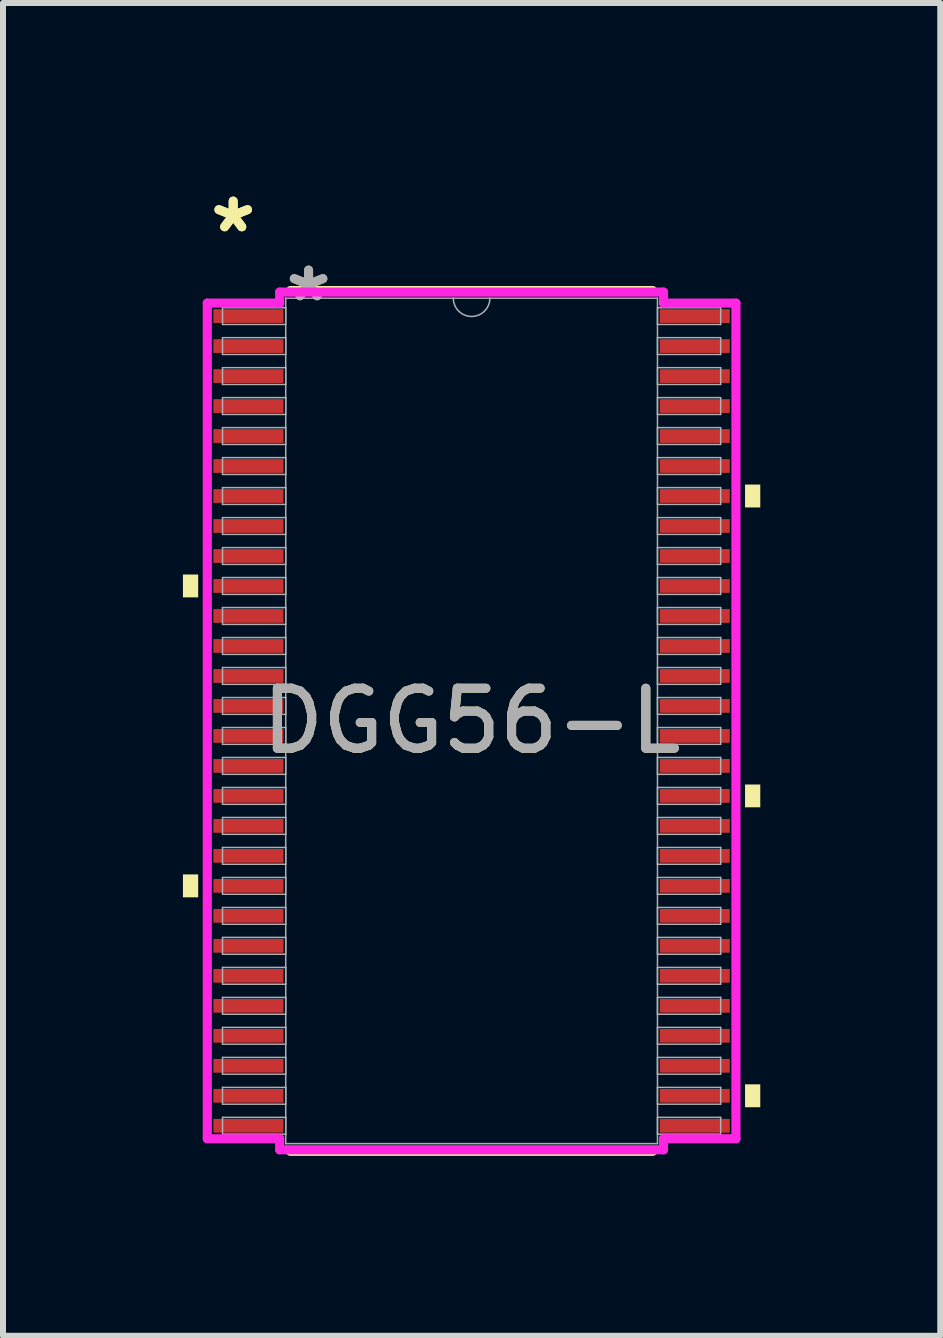
<source format=kicad_pcb>
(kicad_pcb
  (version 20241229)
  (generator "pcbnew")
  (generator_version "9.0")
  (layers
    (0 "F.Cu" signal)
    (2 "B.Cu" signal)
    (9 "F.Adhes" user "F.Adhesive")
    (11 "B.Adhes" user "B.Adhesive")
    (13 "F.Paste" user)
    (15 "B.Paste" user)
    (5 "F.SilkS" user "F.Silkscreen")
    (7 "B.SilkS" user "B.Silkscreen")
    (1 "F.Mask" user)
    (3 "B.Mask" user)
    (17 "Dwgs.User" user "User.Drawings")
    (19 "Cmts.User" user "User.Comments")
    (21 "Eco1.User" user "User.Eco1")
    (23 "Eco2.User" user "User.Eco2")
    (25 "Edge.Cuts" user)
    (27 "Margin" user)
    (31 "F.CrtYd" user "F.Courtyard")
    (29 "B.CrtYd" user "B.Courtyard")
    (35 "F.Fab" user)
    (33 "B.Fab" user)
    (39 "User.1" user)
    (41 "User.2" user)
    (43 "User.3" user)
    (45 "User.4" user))
  (footprint "DGG56-L"
    (layer "F.Cu")
    (at 4.813 8.97)
    (property "Reference" "DGG56-L" (at 0 0 0) (unlocked yes) (layer "F.SilkS") (effects (font (size 1 1) (thickness 0.15))))
    (attr smd)
    (fp_line (start -3.019 7.176) (end 3.019 7.176) (stroke (width 0.152) (type solid)) (layer "F.SilkS"))
    (fp_line (start 3.019 -7.176) (end -3.019 -7.176) (stroke (width 0.152) (type solid)) (layer "F.SilkS"))
    (fp_poly (pts (xy -4.813 -2.441) (xy -4.813 -2.06) (xy -4.559 -2.06) (xy -4.559 -2.441)) (stroke (width 0) (type solid)) (fill yes) (layer "F.SilkS"))
    (fp_poly (pts (xy -4.813 2.559) (xy -4.813 2.941) (xy -4.559 2.941) (xy -4.559 2.559)) (stroke (width 0) (type solid)) (fill yes) (layer "F.SilkS"))
    (fp_poly (pts (xy 4.813 -3.941) (xy 4.813 -3.559) (xy 4.559 -3.559) (xy 4.559 -3.941)) (stroke (width 0) (type solid)) (fill yes) (layer "F.SilkS"))
    (fp_poly (pts (xy 4.813 1.06) (xy 4.813 1.44) (xy 4.559 1.44) (xy 4.559 1.06)) (stroke (width 0) (type solid)) (fill yes) (layer "F.SilkS"))
    (fp_poly (pts (xy 4.813 6.059) (xy 4.813 6.441) (xy 4.559 6.441) (xy 4.559 6.059)) (stroke (width 0) (type solid)) (fill yes) (layer "F.SilkS"))
    (fp_line (start -4.407 -6.966) (end -3.2 -6.966) (stroke (width 0.152) (type solid)) (layer "F.CrtYd"))
    (fp_line (start -4.407 6.966) (end -4.407 -6.966) (stroke (width 0.152) (type solid)) (layer "F.CrtYd"))
    (fp_line (start -4.407 6.966) (end -3.2 6.966) (stroke (width 0.152) (type solid)) (layer "F.CrtYd"))
    (fp_line (start -3.2 -7.15) (end 3.2 -7.15) (stroke (width 0.152) (type solid)) (layer "F.CrtYd"))
    (fp_line (start -3.2 -6.966) (end -3.2 -7.15) (stroke (width 0.152) (type solid)) (layer "F.CrtYd"))
    (fp_line (start -3.2 7.15) (end -3.2 6.966) (stroke (width 0.152) (type solid)) (layer "F.CrtYd"))
    (fp_line (start 3.2 -7.15) (end 3.2 -6.966) (stroke (width 0.152) (type solid)) (layer "F.CrtYd"))
    (fp_line (start 3.2 6.966) (end 3.2 7.15) (stroke (width 0.152) (type solid)) (layer "F.CrtYd"))
    (fp_line (start 3.2 7.15) (end -3.2 7.15) (stroke (width 0.152) (type solid)) (layer "F.CrtYd"))
    (fp_line (start 4.407 -6.966) (end 3.2 -6.966) (stroke (width 0.152) (type solid)) (layer "F.CrtYd"))
    (fp_line (start 4.407 -6.966) (end 4.407 6.966) (stroke (width 0.152) (type solid)) (layer "F.CrtYd"))
    (fp_line (start 4.407 6.966) (end 3.2 6.966) (stroke (width 0.152) (type solid)) (layer "F.CrtYd"))
    (fp_line (start -4.153 -6.89) (end -4.153 -6.61) (stroke (width 0.025) (type solid)) (layer "F.Fab"))
    (fp_line (start -4.153 -6.61) (end -3.099 -6.61) (stroke (width 0.025) (type solid)) (layer "F.Fab"))
    (fp_line (start -4.153 -6.39) (end -4.153 -6.11) (stroke (width 0.025) (type solid)) (layer "F.Fab"))
    (fp_line (start -4.153 -6.11) (end -3.099 -6.11) (stroke (width 0.025) (type solid)) (layer "F.Fab"))
    (fp_line (start -4.153 -5.89) (end -4.153 -5.61) (stroke (width 0.025) (type solid)) (layer "F.Fab"))
    (fp_line (start -4.153 -5.61) (end -3.099 -5.61) (stroke (width 0.025) (type solid)) (layer "F.Fab"))
    (fp_line (start -4.153 -5.39) (end -4.153 -5.11) (stroke (width 0.025) (type solid)) (layer "F.Fab"))
    (fp_line (start -4.153 -5.11) (end -3.099 -5.11) (stroke (width 0.025) (type solid)) (layer "F.Fab"))
    (fp_line (start -4.153 -4.89) (end -4.153 -4.61) (stroke (width 0.025) (type solid)) (layer "F.Fab"))
    (fp_line (start -4.153 -4.61) (end -3.099 -4.61) (stroke (width 0.025) (type solid)) (layer "F.Fab"))
    (fp_line (start -4.153 -4.39) (end -4.153 -4.11) (stroke (width 0.025) (type solid)) (layer "F.Fab"))
    (fp_line (start -4.153 -4.11) (end -3.099 -4.11) (stroke (width 0.025) (type solid)) (layer "F.Fab"))
    (fp_line (start -4.153 -3.89) (end -4.153 -3.61) (stroke (width 0.025) (type solid)) (layer "F.Fab"))
    (fp_line (start -4.153 -3.61) (end -3.099 -3.61) (stroke (width 0.025) (type solid)) (layer "F.Fab"))
    (fp_line (start -4.153 -3.39) (end -4.153 -3.11) (stroke (width 0.025) (type solid)) (layer "F.Fab"))
    (fp_line (start -4.153 -3.11) (end -3.099 -3.11) (stroke (width 0.025) (type solid)) (layer "F.Fab"))
    (fp_line (start -4.153 -2.89) (end -4.153 -2.61) (stroke (width 0.025) (type solid)) (layer "F.Fab"))
    (fp_line (start -4.153 -2.61) (end -3.099 -2.61) (stroke (width 0.025) (type solid)) (layer "F.Fab"))
    (fp_line (start -4.153 -2.39) (end -4.153 -2.11) (stroke (width 0.025) (type solid)) (layer "F.Fab"))
    (fp_line (start -4.153 -2.11) (end -3.099 -2.11) (stroke (width 0.025) (type solid)) (layer "F.Fab"))
    (fp_line (start -4.153 -1.89) (end -4.153 -1.61) (stroke (width 0.025) (type solid)) (layer "F.Fab"))
    (fp_line (start -4.153 -1.61) (end -3.099 -1.61) (stroke (width 0.025) (type solid)) (layer "F.Fab"))
    (fp_line (start -4.153 -1.39) (end -4.153 -1.11) (stroke (width 0.025) (type solid)) (layer "F.Fab"))
    (fp_line (start -4.153 -1.11) (end -3.099 -1.11) (stroke (width 0.025) (type solid)) (layer "F.Fab"))
    (fp_line (start -4.153 -0.89) (end -4.153 -0.61) (stroke (width 0.025) (type solid)) (layer "F.Fab"))
    (fp_line (start -4.153 -0.61) (end -3.099 -0.61) (stroke (width 0.025) (type solid)) (layer "F.Fab"))
    (fp_line (start -4.153 -0.39) (end -4.153 -0.11) (stroke (width 0.025) (type solid)) (layer "F.Fab"))
    (fp_line (start -4.153 -0.11) (end -3.099 -0.11) (stroke (width 0.025) (type solid)) (layer "F.Fab"))
    (fp_line (start -4.153 0.11) (end -4.153 0.39) (stroke (width 0.025) (type solid)) (layer "F.Fab"))
    (fp_line (start -4.153 0.39) (end -3.099 0.39) (stroke (width 0.025) (type solid)) (layer "F.Fab"))
    (fp_line (start -4.153 0.61) (end -4.153 0.89) (stroke (width 0.025) (type solid)) (layer "F.Fab"))
    (fp_line (start -4.153 0.89) (end -3.099 0.89) (stroke (width 0.025) (type solid)) (layer "F.Fab"))
    (fp_line (start -4.153 1.11) (end -4.153 1.39) (stroke (width 0.025) (type solid)) (layer "F.Fab"))
    (fp_line (start -4.153 1.39) (end -3.099 1.39) (stroke (width 0.025) (type solid)) (layer "F.Fab"))
    (fp_line (start -4.153 1.61) (end -4.153 1.89) (stroke (width 0.025) (type solid)) (layer "F.Fab"))
    (fp_line (start -4.153 1.89) (end -3.099 1.89) (stroke (width 0.025) (type solid)) (layer "F.Fab"))
    (fp_line (start -4.153 2.11) (end -4.153 2.39) (stroke (width 0.025) (type solid)) (layer "F.Fab"))
    (fp_line (start -4.153 2.39) (end -3.099 2.39) (stroke (width 0.025) (type solid)) (layer "F.Fab"))
    (fp_line (start -4.153 2.61) (end -4.153 2.89) (stroke (width 0.025) (type solid)) (layer "F.Fab"))
    (fp_line (start -4.153 2.89) (end -3.099 2.89) (stroke (width 0.025) (type solid)) (layer "F.Fab"))
    (fp_line (start -4.153 3.11) (end -4.153 3.39) (stroke (width 0.025) (type solid)) (layer "F.Fab"))
    (fp_line (start -4.153 3.39) (end -3.099 3.39) (stroke (width 0.025) (type solid)) (layer "F.Fab"))
    (fp_line (start -4.153 3.61) (end -4.153 3.89) (stroke (width 0.025) (type solid)) (layer "F.Fab"))
    (fp_line (start -4.153 3.89) (end -3.099 3.89) (stroke (width 0.025) (type solid)) (layer "F.Fab"))
    (fp_line (start -4.153 4.11) (end -4.153 4.39) (stroke (width 0.025) (type solid)) (layer "F.Fab"))
    (fp_line (start -4.153 4.39) (end -3.099 4.39) (stroke (width 0.025) (type solid)) (layer "F.Fab"))
    (fp_line (start -4.153 4.61) (end -4.153 4.89) (stroke (width 0.025) (type solid)) (layer "F.Fab"))
    (fp_line (start -4.153 4.89) (end -3.099 4.89) (stroke (width 0.025) (type solid)) (layer "F.Fab"))
    (fp_line (start -4.153 5.11) (end -4.153 5.39) (stroke (width 0.025) (type solid)) (layer "F.Fab"))
    (fp_line (start -4.153 5.39) (end -3.099 5.39) (stroke (width 0.025) (type solid)) (layer "F.Fab"))
    (fp_line (start -4.153 5.61) (end -4.153 5.89) (stroke (width 0.025) (type solid)) (layer "F.Fab"))
    (fp_line (start -4.153 5.89) (end -3.099 5.89) (stroke (width 0.025) (type solid)) (layer "F.Fab"))
    (fp_line (start -4.153 6.11) (end -4.153 6.39) (stroke (width 0.025) (type solid)) (layer "F.Fab"))
    (fp_line (start -4.153 6.39) (end -3.099 6.39) (stroke (width 0.025) (type solid)) (layer "F.Fab"))
    (fp_line (start -4.153 6.61) (end -4.153 6.89) (stroke (width 0.025) (type solid)) (layer "F.Fab"))
    (fp_line (start -4.153 6.89) (end -3.099 6.89) (stroke (width 0.025) (type solid)) (layer "F.Fab"))
    (fp_line (start -3.099 -7.048) (end -3.099 7.048) (stroke (width 0.025) (type solid)) (layer "F.Fab"))
    (fp_line (start -3.099 -6.89) (end -4.153 -6.89) (stroke (width 0.025) (type solid)) (layer "F.Fab"))
    (fp_line (start -3.099 -6.61) (end -3.099 -6.89) (stroke (width 0.025) (type solid)) (layer "F.Fab"))
    (fp_line (start -3.099 -6.39) (end -4.153 -6.39) (stroke (width 0.025) (type solid)) (layer "F.Fab"))
    (fp_line (start -3.099 -6.11) (end -3.099 -6.39) (stroke (width 0.025) (type solid)) (layer "F.Fab"))
    (fp_line (start -3.099 -5.89) (end -4.153 -5.89) (stroke (width 0.025) (type solid)) (layer "F.Fab"))
    (fp_line (start -3.099 -5.61) (end -3.099 -5.89) (stroke (width 0.025) (type solid)) (layer "F.Fab"))
    (fp_line (start -3.099 -5.39) (end -4.153 -5.39) (stroke (width 0.025) (type solid)) (layer "F.Fab"))
    (fp_line (start -3.099 -5.11) (end -3.099 -5.39) (stroke (width 0.025) (type solid)) (layer "F.Fab"))
    (fp_line (start -3.099 -4.89) (end -4.153 -4.89) (stroke (width 0.025) (type solid)) (layer "F.Fab"))
    (fp_line (start -3.099 -4.61) (end -3.099 -4.89) (stroke (width 0.025) (type solid)) (layer "F.Fab"))
    (fp_line (start -3.099 -4.39) (end -4.153 -4.39) (stroke (width 0.025) (type solid)) (layer "F.Fab"))
    (fp_line (start -3.099 -4.11) (end -3.099 -4.39) (stroke (width 0.025) (type solid)) (layer "F.Fab"))
    (fp_line (start -3.099 -3.89) (end -4.153 -3.89) (stroke (width 0.025) (type solid)) (layer "F.Fab"))
    (fp_line (start -3.099 -3.61) (end -3.099 -3.89) (stroke (width 0.025) (type solid)) (layer "F.Fab"))
    (fp_line (start -3.099 -3.39) (end -4.153 -3.39) (stroke (width 0.025) (type solid)) (layer "F.Fab"))
    (fp_line (start -3.099 -3.11) (end -3.099 -3.39) (stroke (width 0.025) (type solid)) (layer "F.Fab"))
    (fp_line (start -3.099 -2.89) (end -4.153 -2.89) (stroke (width 0.025) (type solid)) (layer "F.Fab"))
    (fp_line (start -3.099 -2.61) (end -3.099 -2.89) (stroke (width 0.025) (type solid)) (layer "F.Fab"))
    (fp_line (start -3.099 -2.39) (end -4.153 -2.39) (stroke (width 0.025) (type solid)) (layer "F.Fab"))
    (fp_line (start -3.099 -2.11) (end -3.099 -2.39) (stroke (width 0.025) (type solid)) (layer "F.Fab"))
    (fp_line (start -3.099 -1.89) (end -4.153 -1.89) (stroke (width 0.025) (type solid)) (layer "F.Fab"))
    (fp_line (start -3.099 -1.61) (end -3.099 -1.89) (stroke (width 0.025) (type solid)) (layer "F.Fab"))
    (fp_line (start -3.099 -1.39) (end -4.153 -1.39) (stroke (width 0.025) (type solid)) (layer "F.Fab"))
    (fp_line (start -3.099 -1.11) (end -3.099 -1.39) (stroke (width 0.025) (type solid)) (layer "F.Fab"))
    (fp_line (start -3.099 -0.89) (end -4.153 -0.89) (stroke (width 0.025) (type solid)) (layer "F.Fab"))
    (fp_line (start -3.099 -0.61) (end -3.099 -0.89) (stroke (width 0.025) (type solid)) (layer "F.Fab"))
    (fp_line (start -3.099 -0.39) (end -4.153 -0.39) (stroke (width 0.025) (type solid)) (layer "F.Fab"))
    (fp_line (start -3.099 -0.11) (end -3.099 -0.39) (stroke (width 0.025) (type solid)) (layer "F.Fab"))
    (fp_line (start -3.099 0.11) (end -4.153 0.11) (stroke (width 0.025) (type solid)) (layer "F.Fab"))
    (fp_line (start -3.099 0.39) (end -3.099 0.11) (stroke (width 0.025) (type solid)) (layer "F.Fab"))
    (fp_line (start -3.099 0.61) (end -4.153 0.61) (stroke (width 0.025) (type solid)) (layer "F.Fab"))
    (fp_line (start -3.099 0.89) (end -3.099 0.61) (stroke (width 0.025) (type solid)) (layer "F.Fab"))
    (fp_line (start -3.099 1.11) (end -4.153 1.11) (stroke (width 0.025) (type solid)) (layer "F.Fab"))
    (fp_line (start -3.099 1.39) (end -3.099 1.11) (stroke (width 0.025) (type solid)) (layer "F.Fab"))
    (fp_line (start -3.099 1.61) (end -4.153 1.61) (stroke (width 0.025) (type solid)) (layer "F.Fab"))
    (fp_line (start -3.099 1.89) (end -3.099 1.61) (stroke (width 0.025) (type solid)) (layer "F.Fab"))
    (fp_line (start -3.099 2.11) (end -4.153 2.11) (stroke (width 0.025) (type solid)) (layer "F.Fab"))
    (fp_line (start -3.099 2.39) (end -3.099 2.11) (stroke (width 0.025) (type solid)) (layer "F.Fab"))
    (fp_line (start -3.099 2.61) (end -4.153 2.61) (stroke (width 0.025) (type solid)) (layer "F.Fab"))
    (fp_line (start -3.099 2.89) (end -3.099 2.61) (stroke (width 0.025) (type solid)) (layer "F.Fab"))
    (fp_line (start -3.099 3.11) (end -4.153 3.11) (stroke (width 0.025) (type solid)) (layer "F.Fab"))
    (fp_line (start -3.099 3.39) (end -3.099 3.11) (stroke (width 0.025) (type solid)) (layer "F.Fab"))
    (fp_line (start -3.099 3.61) (end -4.153 3.61) (stroke (width 0.025) (type solid)) (layer "F.Fab"))
    (fp_line (start -3.099 3.89) (end -3.099 3.61) (stroke (width 0.025) (type solid)) (layer "F.Fab"))
    (fp_line (start -3.099 4.11) (end -4.153 4.11) (stroke (width 0.025) (type solid)) (layer "F.Fab"))
    (fp_line (start -3.099 4.39) (end -3.099 4.11) (stroke (width 0.025) (type solid)) (layer "F.Fab"))
    (fp_line (start -3.099 4.61) (end -4.153 4.61) (stroke (width 0.025) (type solid)) (layer "F.Fab"))
    (fp_line (start -3.099 4.89) (end -3.099 4.61) (stroke (width 0.025) (type solid)) (layer "F.Fab"))
    (fp_line (start -3.099 5.11) (end -4.153 5.11) (stroke (width 0.025) (type solid)) (layer "F.Fab"))
    (fp_line (start -3.099 5.39) (end -3.099 5.11) (stroke (width 0.025) (type solid)) (layer "F.Fab"))
    (fp_line (start -3.099 5.61) (end -4.153 5.61) (stroke (width 0.025) (type solid)) (layer "F.Fab"))
    (fp_line (start -3.099 5.89) (end -3.099 5.61) (stroke (width 0.025) (type solid)) (layer "F.Fab"))
    (fp_line (start -3.099 6.11) (end -4.153 6.11) (stroke (width 0.025) (type solid)) (layer "F.Fab"))
    (fp_line (start -3.099 6.39) (end -3.099 6.11) (stroke (width 0.025) (type solid)) (layer "F.Fab"))
    (fp_line (start -3.099 6.61) (end -4.153 6.61) (stroke (width 0.025) (type solid)) (layer "F.Fab"))
    (fp_line (start -3.099 6.89) (end -3.099 6.61) (stroke (width 0.025) (type solid)) (layer "F.Fab"))
    (fp_line (start -3.099 7.048) (end 3.099 7.048) (stroke (width 0.025) (type solid)) (layer "F.Fab"))
    (fp_line (start 3.099 -7.048) (end -3.099 -7.048) (stroke (width 0.025) (type solid)) (layer "F.Fab"))
    (fp_line (start 3.099 -6.89) (end 3.099 -6.61) (stroke (width 0.025) (type solid)) (layer "F.Fab"))
    (fp_line (start 3.099 -6.61) (end 4.153 -6.61) (stroke (width 0.025) (type solid)) (layer "F.Fab"))
    (fp_line (start 3.099 -6.39) (end 3.099 -6.11) (stroke (width 0.025) (type solid)) (layer "F.Fab"))
    (fp_line (start 3.099 -6.11) (end 4.153 -6.11) (stroke (width 0.025) (type solid)) (layer "F.Fab"))
    (fp_line (start 3.099 -5.89) (end 3.099 -5.61) (stroke (width 0.025) (type solid)) (layer "F.Fab"))
    (fp_line (start 3.099 -5.61) (end 4.153 -5.61) (stroke (width 0.025) (type solid)) (layer "F.Fab"))
    (fp_line (start 3.099 -5.39) (end 3.099 -5.11) (stroke (width 0.025) (type solid)) (layer "F.Fab"))
    (fp_line (start 3.099 -5.11) (end 4.153 -5.11) (stroke (width 0.025) (type solid)) (layer "F.Fab"))
    (fp_line (start 3.099 -4.89) (end 3.099 -4.61) (stroke (width 0.025) (type solid)) (layer "F.Fab"))
    (fp_line (start 3.099 -4.61) (end 4.153 -4.61) (stroke (width 0.025) (type solid)) (layer "F.Fab"))
    (fp_line (start 3.099 -4.39) (end 3.099 -4.11) (stroke (width 0.025) (type solid)) (layer "F.Fab"))
    (fp_line (start 3.099 -4.11) (end 4.153 -4.11) (stroke (width 0.025) (type solid)) (layer "F.Fab"))
    (fp_line (start 3.099 -3.89) (end 3.099 -3.61) (stroke (width 0.025) (type solid)) (layer "F.Fab"))
    (fp_line (start 3.099 -3.61) (end 4.153 -3.61) (stroke (width 0.025) (type solid)) (layer "F.Fab"))
    (fp_line (start 3.099 -3.39) (end 3.099 -3.11) (stroke (width 0.025) (type solid)) (layer "F.Fab"))
    (fp_line (start 3.099 -3.11) (end 4.153 -3.11) (stroke (width 0.025) (type solid)) (layer "F.Fab"))
    (fp_line (start 3.099 -2.89) (end 3.099 -2.61) (stroke (width 0.025) (type solid)) (layer "F.Fab"))
    (fp_line (start 3.099 -2.61) (end 4.153 -2.61) (stroke (width 0.025) (type solid)) (layer "F.Fab"))
    (fp_line (start 3.099 -2.39) (end 3.099 -2.11) (stroke (width 0.025) (type solid)) (layer "F.Fab"))
    (fp_line (start 3.099 -2.11) (end 4.153 -2.11) (stroke (width 0.025) (type solid)) (layer "F.Fab"))
    (fp_line (start 3.099 -1.89) (end 3.099 -1.61) (stroke (width 0.025) (type solid)) (layer "F.Fab"))
    (fp_line (start 3.099 -1.61) (end 4.153 -1.61) (stroke (width 0.025) (type solid)) (layer "F.Fab"))
    (fp_line (start 3.099 -1.39) (end 3.099 -1.11) (stroke (width 0.025) (type solid)) (layer "F.Fab"))
    (fp_line (start 3.099 -1.11) (end 4.153 -1.11) (stroke (width 0.025) (type solid)) (layer "F.Fab"))
    (fp_line (start 3.099 -0.89) (end 3.099 -0.61) (stroke (width 0.025) (type solid)) (layer "F.Fab"))
    (fp_line (start 3.099 -0.61) (end 4.153 -0.61) (stroke (width 0.025) (type solid)) (layer "F.Fab"))
    (fp_line (start 3.099 -0.39) (end 3.099 -0.11) (stroke (width 0.025) (type solid)) (layer "F.Fab"))
    (fp_line (start 3.099 -0.11) (end 4.153 -0.11) (stroke (width 0.025) (type solid)) (layer "F.Fab"))
    (fp_line (start 3.099 0.11) (end 3.099 0.39) (stroke (width 0.025) (type solid)) (layer "F.Fab"))
    (fp_line (start 3.099 0.39) (end 4.153 0.39) (stroke (width 0.025) (type solid)) (layer "F.Fab"))
    (fp_line (start 3.099 0.61) (end 3.099 0.89) (stroke (width 0.025) (type solid)) (layer "F.Fab"))
    (fp_line (start 3.099 0.89) (end 4.153 0.89) (stroke (width 0.025) (type solid)) (layer "F.Fab"))
    (fp_line (start 3.099 1.11) (end 3.099 1.39) (stroke (width 0.025) (type solid)) (layer "F.Fab"))
    (fp_line (start 3.099 1.39) (end 4.153 1.39) (stroke (width 0.025) (type solid)) (layer "F.Fab"))
    (fp_line (start 3.099 1.61) (end 3.099 1.89) (stroke (width 0.025) (type solid)) (layer "F.Fab"))
    (fp_line (start 3.099 1.89) (end 4.153 1.89) (stroke (width 0.025) (type solid)) (layer "F.Fab"))
    (fp_line (start 3.099 2.11) (end 3.099 2.39) (stroke (width 0.025) (type solid)) (layer "F.Fab"))
    (fp_line (start 3.099 2.39) (end 4.153 2.39) (stroke (width 0.025) (type solid)) (layer "F.Fab"))
    (fp_line (start 3.099 2.61) (end 3.099 2.89) (stroke (width 0.025) (type solid)) (layer "F.Fab"))
    (fp_line (start 3.099 2.89) (end 4.153 2.89) (stroke (width 0.025) (type solid)) (layer "F.Fab"))
    (fp_line (start 3.099 3.11) (end 3.099 3.39) (stroke (width 0.025) (type solid)) (layer "F.Fab"))
    (fp_line (start 3.099 3.39) (end 4.153 3.39) (stroke (width 0.025) (type solid)) (layer "F.Fab"))
    (fp_line (start 3.099 3.61) (end 3.099 3.89) (stroke (width 0.025) (type solid)) (layer "F.Fab"))
    (fp_line (start 3.099 3.89) (end 4.153 3.89) (stroke (width 0.025) (type solid)) (layer "F.Fab"))
    (fp_line (start 3.099 4.11) (end 3.099 4.39) (stroke (width 0.025) (type solid)) (layer "F.Fab"))
    (fp_line (start 3.099 4.39) (end 4.153 4.39) (stroke (width 0.025) (type solid)) (layer "F.Fab"))
    (fp_line (start 3.099 4.61) (end 3.099 4.89) (stroke (width 0.025) (type solid)) (layer "F.Fab"))
    (fp_line (start 3.099 4.89) (end 4.153 4.89) (stroke (width 0.025) (type solid)) (layer "F.Fab"))
    (fp_line (start 3.099 5.11) (end 3.099 5.39) (stroke (width 0.025) (type solid)) (layer "F.Fab"))
    (fp_line (start 3.099 5.39) (end 4.153 5.39) (stroke (width 0.025) (type solid)) (layer "F.Fab"))
    (fp_line (start 3.099 5.61) (end 3.099 5.89) (stroke (width 0.025) (type solid)) (layer "F.Fab"))
    (fp_line (start 3.099 5.89) (end 4.153 5.89) (stroke (width 0.025) (type solid)) (layer "F.Fab"))
    (fp_line (start 3.099 6.11) (end 3.099 6.39) (stroke (width 0.025) (type solid)) (layer "F.Fab"))
    (fp_line (start 3.099 6.39) (end 4.153 6.39) (stroke (width 0.025) (type solid)) (layer "F.Fab"))
    (fp_line (start 3.099 6.61) (end 3.099 6.89) (stroke (width 0.025) (type solid)) (layer "F.Fab"))
    (fp_line (start 3.099 6.89) (end 4.153 6.89) (stroke (width 0.025) (type solid)) (layer "F.Fab"))
    (fp_line (start 3.099 7.048) (end 3.099 -7.048) (stroke (width 0.025) (type solid)) (layer "F.Fab"))
    (fp_line (start 4.153 -6.89) (end 3.099 -6.89) (stroke (width 0.025) (type solid)) (layer "F.Fab"))
    (fp_line (start 4.153 -6.61) (end 4.153 -6.89) (stroke (width 0.025) (type solid)) (layer "F.Fab"))
    (fp_line (start 4.153 -6.39) (end 3.099 -6.39) (stroke (width 0.025) (type solid)) (layer "F.Fab"))
    (fp_line (start 4.153 -6.11) (end 4.153 -6.39) (stroke (width 0.025) (type solid)) (layer "F.Fab"))
    (fp_line (start 4.153 -5.89) (end 3.099 -5.89) (stroke (width 0.025) (type solid)) (layer "F.Fab"))
    (fp_line (start 4.153 -5.61) (end 4.153 -5.89) (stroke (width 0.025) (type solid)) (layer "F.Fab"))
    (fp_line (start 4.153 -5.39) (end 3.099 -5.39) (stroke (width 0.025) (type solid)) (layer "F.Fab"))
    (fp_line (start 4.153 -5.11) (end 4.153 -5.39) (stroke (width 0.025) (type solid)) (layer "F.Fab"))
    (fp_line (start 4.153 -4.89) (end 3.099 -4.89) (stroke (width 0.025) (type solid)) (layer "F.Fab"))
    (fp_line (start 4.153 -4.61) (end 4.153 -4.89) (stroke (width 0.025) (type solid)) (layer "F.Fab"))
    (fp_line (start 4.153 -4.39) (end 3.099 -4.39) (stroke (width 0.025) (type solid)) (layer "F.Fab"))
    (fp_line (start 4.153 -4.11) (end 4.153 -4.39) (stroke (width 0.025) (type solid)) (layer "F.Fab"))
    (fp_line (start 4.153 -3.89) (end 3.099 -3.89) (stroke (width 0.025) (type solid)) (layer "F.Fab"))
    (fp_line (start 4.153 -3.61) (end 4.153 -3.89) (stroke (width 0.025) (type solid)) (layer "F.Fab"))
    (fp_line (start 4.153 -3.39) (end 3.099 -3.39) (stroke (width 0.025) (type solid)) (layer "F.Fab"))
    (fp_line (start 4.153 -3.11) (end 4.153 -3.39) (stroke (width 0.025) (type solid)) (layer "F.Fab"))
    (fp_line (start 4.153 -2.89) (end 3.099 -2.89) (stroke (width 0.025) (type solid)) (layer "F.Fab"))
    (fp_line (start 4.153 -2.61) (end 4.153 -2.89) (stroke (width 0.025) (type solid)) (layer "F.Fab"))
    (fp_line (start 4.153 -2.39) (end 3.099 -2.39) (stroke (width 0.025) (type solid)) (layer "F.Fab"))
    (fp_line (start 4.153 -2.11) (end 4.153 -2.39) (stroke (width 0.025) (type solid)) (layer "F.Fab"))
    (fp_line (start 4.153 -1.89) (end 3.099 -1.89) (stroke (width 0.025) (type solid)) (layer "F.Fab"))
    (fp_line (start 4.153 -1.61) (end 4.153 -1.89) (stroke (width 0.025) (type solid)) (layer "F.Fab"))
    (fp_line (start 4.153 -1.39) (end 3.099 -1.39) (stroke (width 0.025) (type solid)) (layer "F.Fab"))
    (fp_line (start 4.153 -1.11) (end 4.153 -1.39) (stroke (width 0.025) (type solid)) (layer "F.Fab"))
    (fp_line (start 4.153 -0.89) (end 3.099 -0.89) (stroke (width 0.025) (type solid)) (layer "F.Fab"))
    (fp_line (start 4.153 -0.61) (end 4.153 -0.89) (stroke (width 0.025) (type solid)) (layer "F.Fab"))
    (fp_line (start 4.153 -0.39) (end 3.099 -0.39) (stroke (width 0.025) (type solid)) (layer "F.Fab"))
    (fp_line (start 4.153 -0.11) (end 4.153 -0.39) (stroke (width 0.025) (type solid)) (layer "F.Fab"))
    (fp_line (start 4.153 0.11) (end 3.099 0.11) (stroke (width 0.025) (type solid)) (layer "F.Fab"))
    (fp_line (start 4.153 0.39) (end 4.153 0.11) (stroke (width 0.025) (type solid)) (layer "F.Fab"))
    (fp_line (start 4.153 0.61) (end 3.099 0.61) (stroke (width 0.025) (type solid)) (layer "F.Fab"))
    (fp_line (start 4.153 0.89) (end 4.153 0.61) (stroke (width 0.025) (type solid)) (layer "F.Fab"))
    (fp_line (start 4.153 1.11) (end 3.099 1.11) (stroke (width 0.025) (type solid)) (layer "F.Fab"))
    (fp_line (start 4.153 1.39) (end 4.153 1.11) (stroke (width 0.025) (type solid)) (layer "F.Fab"))
    (fp_line (start 4.153 1.61) (end 3.099 1.61) (stroke (width 0.025) (type solid)) (layer "F.Fab"))
    (fp_line (start 4.153 1.89) (end 4.153 1.61) (stroke (width 0.025) (type solid)) (layer "F.Fab"))
    (fp_line (start 4.153 2.11) (end 3.099 2.11) (stroke (width 0.025) (type solid)) (layer "F.Fab"))
    (fp_line (start 4.153 2.39) (end 4.153 2.11) (stroke (width 0.025) (type solid)) (layer "F.Fab"))
    (fp_line (start 4.153 2.61) (end 3.099 2.61) (stroke (width 0.025) (type solid)) (layer "F.Fab"))
    (fp_line (start 4.153 2.89) (end 4.153 2.61) (stroke (width 0.025) (type solid)) (layer "F.Fab"))
    (fp_line (start 4.153 3.11) (end 3.099 3.11) (stroke (width 0.025) (type solid)) (layer "F.Fab"))
    (fp_line (start 4.153 3.39) (end 4.153 3.11) (stroke (width 0.025) (type solid)) (layer "F.Fab"))
    (fp_line (start 4.153 3.61) (end 3.099 3.61) (stroke (width 0.025) (type solid)) (layer "F.Fab"))
    (fp_line (start 4.153 3.89) (end 4.153 3.61) (stroke (width 0.025) (type solid)) (layer "F.Fab"))
    (fp_line (start 4.153 4.11) (end 3.099 4.11) (stroke (width 0.025) (type solid)) (layer "F.Fab"))
    (fp_line (start 4.153 4.39) (end 4.153 4.11) (stroke (width 0.025) (type solid)) (layer "F.Fab"))
    (fp_line (start 4.153 4.61) (end 3.099 4.61) (stroke (width 0.025) (type solid)) (layer "F.Fab"))
    (fp_line (start 4.153 4.89) (end 4.153 4.61) (stroke (width 0.025) (type solid)) (layer "F.Fab"))
    (fp_line (start 4.153 5.11) (end 3.099 5.11) (stroke (width 0.025) (type solid)) (layer "F.Fab"))
    (fp_line (start 4.153 5.39) (end 4.153 5.11) (stroke (width 0.025) (type solid)) (layer "F.Fab"))
    (fp_line (start 4.153 5.61) (end 3.099 5.61) (stroke (width 0.025) (type solid)) (layer "F.Fab"))
    (fp_line (start 4.153 5.89) (end 4.153 5.61) (stroke (width 0.025) (type solid)) (layer "F.Fab"))
    (fp_line (start 4.153 6.11) (end 3.099 6.11) (stroke (width 0.025) (type solid)) (layer "F.Fab"))
    (fp_line (start 4.153 6.39) (end 4.153 6.11) (stroke (width 0.025) (type solid)) (layer "F.Fab"))
    (fp_line (start 4.153 6.61) (end 3.099 6.61) (stroke (width 0.025) (type solid)) (layer "F.Fab"))
    (fp_line (start 4.153 6.89) (end 4.153 6.61) (stroke (width 0.025) (type solid)) (layer "F.Fab"))
    (fp_arc (start 0.3048 -7.0485) (mid 0 -6.7437) (end -0.3048 -7.0485) (stroke (width 0.0254) (type solid)) (layer "F.Fab"))
    (fp_text user "*" (at -3.975 -8.122 0) (unlocked yes) (layer "F.SilkS") (effects (font (size 1 1) (thickness 0.15))))
    (fp_text user "*" (at -3.975 -8.122 0) (layer "F.SilkS") (effects (font (size 1 1) (thickness 0.15))))
    (fp_text user "${REFERENCE}" (at 0 0 0) (unlocked yes) (layer "F.Fab") (effects (font (size 1 1) (thickness 0.15))))
    (fp_text user "*" (at -2.718 -6.972 0) (layer "F.Fab") (effects (font (size 1 1) (thickness 0.15))))
    (fp_text user "*" (at -2.718 -6.972 0) (unlocked yes) (layer "F.Fab") (effects (font (size 1 1) (thickness 0.15))))
    (pad "1" smd rect (at -3.721 -6.75) (size 1.168 0.229) (layers "F.Cu" "F.Mask" "F.Paste"))
    (pad "2" smd rect (at -3.721 -6.25) (size 1.168 0.229) (layers "F.Cu" "F.Mask" "F.Paste"))
    (pad "3" smd rect (at -3.721 -5.75) (size 1.168 0.229) (layers "F.Cu" "F.Mask" "F.Paste"))
    (pad "4" smd rect (at -3.721 -5.25) (size 1.168 0.229) (layers "F.Cu" "F.Mask" "F.Paste"))
    (pad "5" smd rect (at -3.721 -4.75) (size 1.168 0.229) (layers "F.Cu" "F.Mask" "F.Paste"))
    (pad "6" smd rect (at -3.721 -4.25) (size 1.168 0.229) (layers "F.Cu" "F.Mask" "F.Paste"))
    (pad "7" smd rect (at -3.721 -3.75) (size 1.168 0.229) (layers "F.Cu" "F.Mask" "F.Paste"))
    (pad "8" smd rect (at -3.721 -3.25) (size 1.168 0.229) (layers "F.Cu" "F.Mask" "F.Paste"))
    (pad "9" smd rect (at -3.721 -2.75) (size 1.168 0.229) (layers "F.Cu" "F.Mask" "F.Paste"))
    (pad "10" smd rect (at -3.721 -2.25) (size 1.168 0.229) (layers "F.Cu" "F.Mask" "F.Paste"))
    (pad "11" smd rect (at -3.721 -1.75) (size 1.168 0.229) (layers "F.Cu" "F.Mask" "F.Paste"))
    (pad "12" smd rect (at -3.721 -1.25) (size 1.168 0.229) (layers "F.Cu" "F.Mask" "F.Paste"))
    (pad "13" smd rect (at -3.721 -0.75) (size 1.168 0.229) (layers "F.Cu" "F.Mask" "F.Paste"))
    (pad "14" smd rect (at -3.721 -0.25) (size 1.168 0.229) (layers "F.Cu" "F.Mask" "F.Paste"))
    (pad "15" smd rect (at -3.721 0.25) (size 1.168 0.229) (layers "F.Cu" "F.Mask" "F.Paste"))
    (pad "16" smd rect (at -3.721 0.75) (size 1.168 0.229) (layers "F.Cu" "F.Mask" "F.Paste"))
    (pad "17" smd rect (at -3.721 1.25) (size 1.168 0.229) (layers "F.Cu" "F.Mask" "F.Paste"))
    (pad "18" smd rect (at -3.721 1.75) (size 1.168 0.229) (layers "F.Cu" "F.Mask" "F.Paste"))
    (pad "19" smd rect (at -3.721 2.25) (size 1.168 0.229) (layers "F.Cu" "F.Mask" "F.Paste"))
    (pad "20" smd rect (at -3.721 2.75) (size 1.168 0.229) (layers "F.Cu" "F.Mask" "F.Paste"))
    (pad "21" smd rect (at -3.721 3.25) (size 1.168 0.229) (layers "F.Cu" "F.Mask" "F.Paste"))
    (pad "22" smd rect (at -3.721 3.75) (size 1.168 0.229) (layers "F.Cu" "F.Mask" "F.Paste"))
    (pad "23" smd rect (at -3.721 4.25) (size 1.168 0.229) (layers "F.Cu" "F.Mask" "F.Paste"))
    (pad "24" smd rect (at -3.721 4.75) (size 1.168 0.229) (layers "F.Cu" "F.Mask" "F.Paste"))
    (pad "25" smd rect (at -3.721 5.25) (size 1.168 0.229) (layers "F.Cu" "F.Mask" "F.Paste"))
    (pad "26" smd rect (at -3.721 5.75) (size 1.168 0.229) (layers "F.Cu" "F.Mask" "F.Paste"))
    (pad "27" smd rect (at -3.721 6.25) (size 1.168 0.229) (layers "F.Cu" "F.Mask" "F.Paste"))
    (pad "28" smd rect (at -3.721 6.75) (size 1.168 0.229) (layers "F.Cu" "F.Mask" "F.Paste"))
    (pad "29" smd rect (at 3.721 6.75) (size 1.168 0.229) (layers "F.Cu" "F.Mask" "F.Paste"))
    (pad "30" smd rect (at 3.721 6.25) (size 1.168 0.229) (layers "F.Cu" "F.Mask" "F.Paste"))
    (pad "31" smd rect (at 3.721 5.75) (size 1.168 0.229) (layers "F.Cu" "F.Mask" "F.Paste"))
    (pad "32" smd rect (at 3.721 5.25) (size 1.168 0.229) (layers "F.Cu" "F.Mask" "F.Paste"))
    (pad "33" smd rect (at 3.721 4.75) (size 1.168 0.229) (layers "F.Cu" "F.Mask" "F.Paste"))
    (pad "34" smd rect (at 3.721 4.25) (size 1.168 0.229) (layers "F.Cu" "F.Mask" "F.Paste"))
    (pad "35" smd rect (at 3.721 3.75) (size 1.168 0.229) (layers "F.Cu" "F.Mask" "F.Paste"))
    (pad "36" smd rect (at 3.721 3.25) (size 1.168 0.229) (layers "F.Cu" "F.Mask" "F.Paste"))
    (pad "37" smd rect (at 3.721 2.75) (size 1.168 0.229) (layers "F.Cu" "F.Mask" "F.Paste"))
    (pad "38" smd rect (at 3.721 2.25) (size 1.168 0.229) (layers "F.Cu" "F.Mask" "F.Paste"))
    (pad "39" smd rect (at 3.721 1.75) (size 1.168 0.229) (layers "F.Cu" "F.Mask" "F.Paste"))
    (pad "40" smd rect (at 3.721 1.25) (size 1.168 0.229) (layers "F.Cu" "F.Mask" "F.Paste"))
    (pad "41" smd rect (at 3.721 0.75) (size 1.168 0.229) (layers "F.Cu" "F.Mask" "F.Paste"))
    (pad "42" smd rect (at 3.721 0.25) (size 1.168 0.229) (layers "F.Cu" "F.Mask" "F.Paste"))
    (pad "43" smd rect (at 3.721 -0.25) (size 1.168 0.229) (layers "F.Cu" "F.Mask" "F.Paste"))
    (pad "44" smd rect (at 3.721 -0.75) (size 1.168 0.229) (layers "F.Cu" "F.Mask" "F.Paste"))
    (pad "45" smd rect (at 3.721 -1.25) (size 1.168 0.229) (layers "F.Cu" "F.Mask" "F.Paste"))
    (pad "46" smd rect (at 3.721 -1.75) (size 1.168 0.229) (layers "F.Cu" "F.Mask" "F.Paste"))
    (pad "47" smd rect (at 3.721 -2.25) (size 1.168 0.229) (layers "F.Cu" "F.Mask" "F.Paste"))
    (pad "48" smd rect (at 3.721 -2.75) (size 1.168 0.229) (layers "F.Cu" "F.Mask" "F.Paste"))
    (pad "49" smd rect (at 3.721 -3.25) (size 1.168 0.229) (layers "F.Cu" "F.Mask" "F.Paste"))
    (pad "50" smd rect (at 3.721 -3.75) (size 1.168 0.229) (layers "F.Cu" "F.Mask" "F.Paste"))
    (pad "51" smd rect (at 3.721 -4.25) (size 1.168 0.229) (layers "F.Cu" "F.Mask" "F.Paste"))
    (pad "52" smd rect (at 3.721 -4.75) (size 1.168 0.229) (layers "F.Cu" "F.Mask" "F.Paste"))
    (pad "53" smd rect (at 3.721 -5.25) (size 1.168 0.229) (layers "F.Cu" "F.Mask" "F.Paste"))
    (pad "54" smd rect (at 3.721 -5.75) (size 1.168 0.229) (layers "F.Cu" "F.Mask" "F.Paste"))
    (pad "55" smd rect (at 3.721 -6.25) (size 1.168 0.229) (layers "F.Cu" "F.Mask" "F.Paste"))
    (pad "56" smd rect (at 3.721 -6.75) (size 1.168 0.229) (layers "F.Cu" "F.Mask" "F.Paste")))
  (gr_rect
    (start -3 -3)
    (end 12.627 19.222)
    (stroke (width 0.1) (type default))
    (fill no)
    (layer "Edge.Cuts")))
</source>
